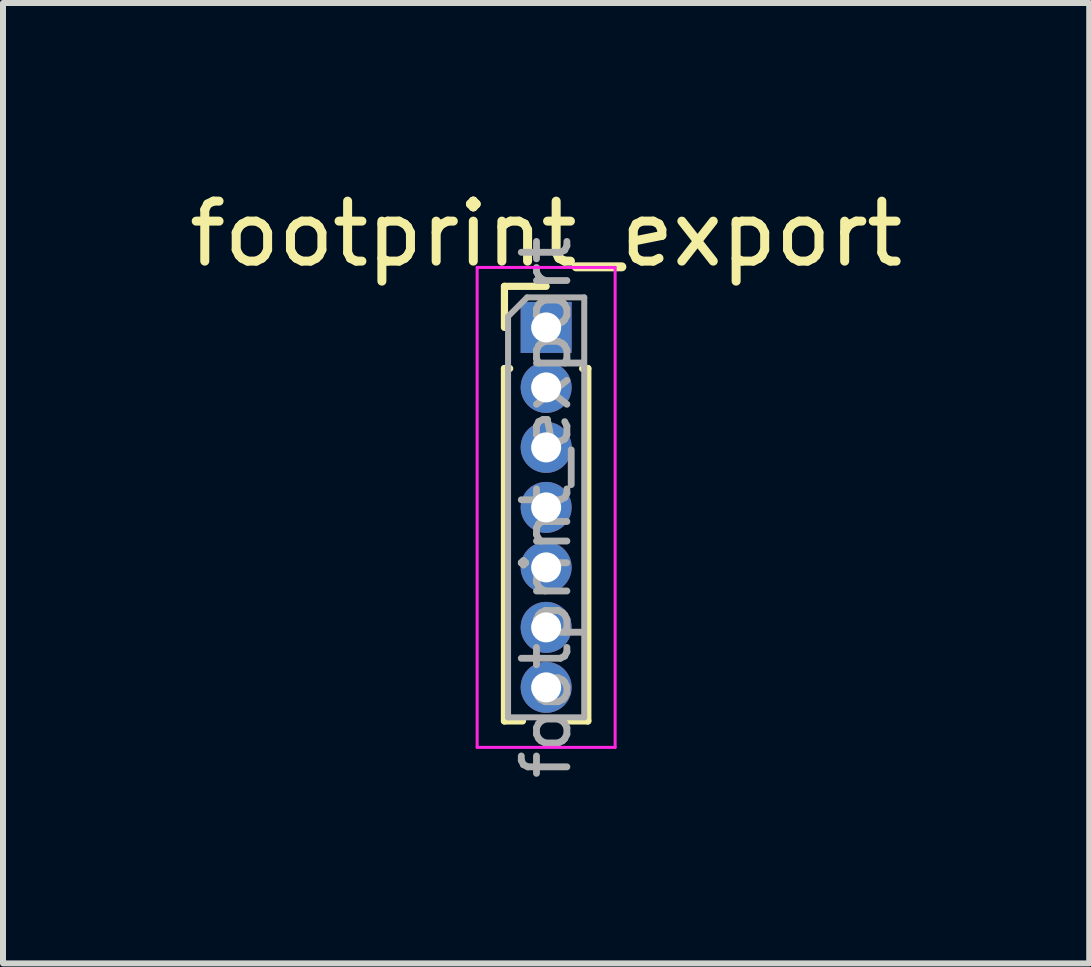
<source format=kicad_pcb>
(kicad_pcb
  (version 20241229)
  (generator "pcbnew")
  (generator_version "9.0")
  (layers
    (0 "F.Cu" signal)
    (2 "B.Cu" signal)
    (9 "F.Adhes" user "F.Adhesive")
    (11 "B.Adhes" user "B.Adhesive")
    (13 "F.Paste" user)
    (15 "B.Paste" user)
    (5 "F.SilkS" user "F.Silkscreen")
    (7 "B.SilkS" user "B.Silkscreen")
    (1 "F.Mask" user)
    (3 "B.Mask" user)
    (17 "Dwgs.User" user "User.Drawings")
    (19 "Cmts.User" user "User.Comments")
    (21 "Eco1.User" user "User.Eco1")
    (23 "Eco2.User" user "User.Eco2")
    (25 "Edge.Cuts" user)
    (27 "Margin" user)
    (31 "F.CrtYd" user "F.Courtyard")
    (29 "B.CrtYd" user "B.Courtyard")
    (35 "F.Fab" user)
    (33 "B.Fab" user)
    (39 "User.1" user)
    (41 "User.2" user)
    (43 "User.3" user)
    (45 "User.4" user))
  (footprint "footprint_export"
    (layer "F.Cu")
    (at 6.054 2.408)
    (property "Reference" "footprint_export" (at 0 -1.56 0) (layer "F.SilkS") (effects (font (size 1 1) (thickness 0.15))))
    (attr through_hole)
    (fp_line (start -0.695 -0.685) (end 0 -0.685) (stroke (width 0.12) (type solid)) (layer "F.SilkS"))
    (fp_line (start -0.695 0) (end -0.695 -0.685) (stroke (width 0.12) (type solid)) (layer "F.SilkS"))
    (fp_line (start -0.695 0.685) (end -0.695 6.56) (stroke (width 0.12) (type solid)) (layer "F.SilkS"))
    (fp_line (start -0.695 0.685) (end -0.608 0.685) (stroke (width 0.12) (type solid)) (layer "F.SilkS"))
    (fp_line (start -0.695 6.56) (end -0.394 6.56) (stroke (width 0.12) (type solid)) (layer "F.SilkS"))
    (fp_line (start 0.394 6.56) (end 0.695 6.56) (stroke (width 0.12) (type solid)) (layer "F.SilkS"))
    (fp_line (start 0.608 0.685) (end 0.695 0.685) (stroke (width 0.12) (type solid)) (layer "F.SilkS"))
    (fp_line (start 0.695 0.685) (end 0.695 6.56) (stroke (width 0.12) (type solid)) (layer "F.SilkS"))
    (fp_line (start -1.15 -1) (end -1.15 7) (stroke (width 0.05) (type solid)) (layer "F.CrtYd"))
    (fp_line (start -1.15 7) (end 1.15 7) (stroke (width 0.05) (type solid)) (layer "F.CrtYd"))
    (fp_line (start 1.15 -1) (end -1.15 -1) (stroke (width 0.05) (type solid)) (layer "F.CrtYd"))
    (fp_line (start 1.15 7) (end 1.15 -1) (stroke (width 0.05) (type solid)) (layer "F.CrtYd"))
    (fp_line (start -0.635 -0.182) (end -0.318 -0.5) (stroke (width 0.1) (type solid)) (layer "F.Fab"))
    (fp_line (start -0.635 6.5) (end -0.635 -0.182) (stroke (width 0.1) (type solid)) (layer "F.Fab"))
    (fp_line (start -0.318 -0.5) (end 0.635 -0.5) (stroke (width 0.1) (type solid)) (layer "F.Fab"))
    (fp_line (start 0.635 -0.5) (end 0.635 6.5) (stroke (width 0.1) (type solid)) (layer "F.Fab"))
    (fp_line (start 0.635 6.5) (end -0.635 6.5) (stroke (width 0.1) (type solid)) (layer "F.Fab"))
    (fp_text user "${REFERENCE}" (at 0 3 90) (layer "F.Fab") (effects (font (size 0.76 0.76) (thickness 0.114))))
    (pad "1" thru_hole rect (at 0 0) (size 0.85 0.85) (drill 0.5) (layers "*.Cu" "*.Mask"))
    (pad "2" thru_hole oval (at 0 1) (size 0.85 0.85) (drill 0.5) (layers "*.Cu" "*.Mask"))
    (pad "3" thru_hole oval (at 0 2) (size 0.85 0.85) (drill 0.5) (layers "*.Cu" "*.Mask"))
    (pad "4" thru_hole oval (at 0 3) (size 0.85 0.85) (drill 0.5) (layers "*.Cu" "*.Mask"))
    (pad "5" thru_hole oval (at 0 4) (size 0.85 0.85) (drill 0.5) (layers "*.Cu" "*.Mask"))
    (pad "6" thru_hole oval (at 0 5) (size 0.85 0.85) (drill 0.5) (layers "*.Cu" "*.Mask"))
    (pad "7" thru_hole oval (at 0 6) (size 0.85 0.85) (drill 0.5) (layers "*.Cu" "*.Mask")))
  (gr_rect
    (start -3 -3)
    (end 15.107 13.009)
    (stroke (width 0.1) (type default))
    (fill no)
    (layer "Edge.Cuts")))
</source>
